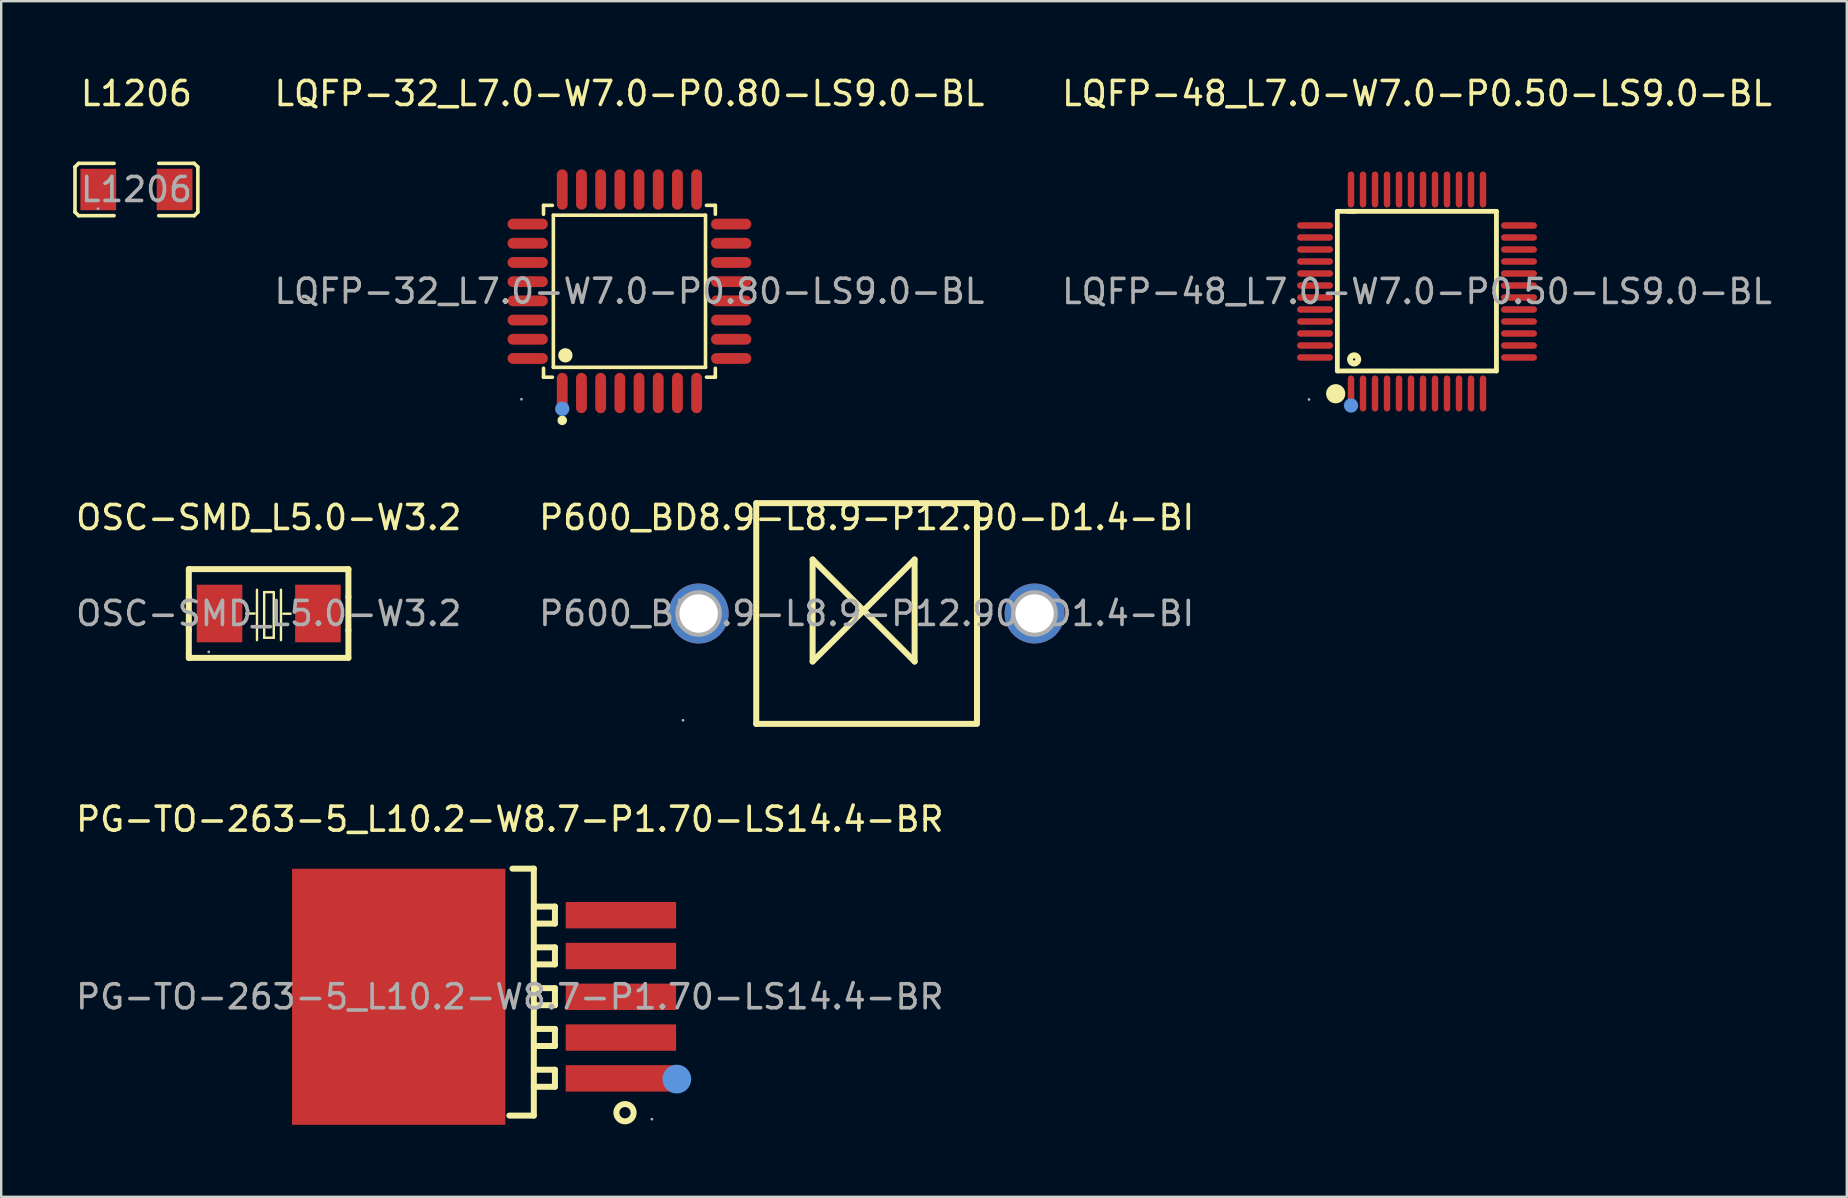
<source format=kicad_pcb>
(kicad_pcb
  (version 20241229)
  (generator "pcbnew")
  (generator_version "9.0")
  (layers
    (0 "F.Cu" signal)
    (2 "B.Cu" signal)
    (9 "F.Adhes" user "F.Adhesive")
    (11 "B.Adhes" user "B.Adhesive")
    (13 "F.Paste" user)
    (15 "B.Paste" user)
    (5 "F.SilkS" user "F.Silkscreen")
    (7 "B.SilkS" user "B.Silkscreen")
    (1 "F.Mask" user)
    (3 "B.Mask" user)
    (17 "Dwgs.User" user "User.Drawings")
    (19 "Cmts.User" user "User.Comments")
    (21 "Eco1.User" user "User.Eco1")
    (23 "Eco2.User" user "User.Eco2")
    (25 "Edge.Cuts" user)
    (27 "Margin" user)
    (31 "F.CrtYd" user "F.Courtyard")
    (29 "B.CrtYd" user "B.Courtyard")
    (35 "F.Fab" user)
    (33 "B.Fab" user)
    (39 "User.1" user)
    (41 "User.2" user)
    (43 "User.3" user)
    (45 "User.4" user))
  (footprint "PG-TO-263-5_L10.2-W8.7-P1.70-LS14.4-BR"
    (layer "F.Cu")
    (at 18.196 38.49)
    (property "Reference" "PG-TO-263-5_L10.2-W8.7-P1.70-LS14.4-BR" (at 0 -7.4 0) (layer "F.SilkS") (effects (font (size 1 1) (thickness 0.15))))
    (attr smd)
    (fp_line (start 0.11 -5.34) (end 1 -5.34) (stroke (width 0.25) (type solid)) (layer "F.SilkS"))
    (fp_line (start 1 -5.34) (end 1 4.95) (stroke (width 0.25) (type solid)) (layer "F.SilkS"))
    (fp_line (start 1 -3.76) (end 1.88 -3.76) (stroke (width 0.25) (type solid)) (layer "F.SilkS"))
    (fp_line (start 1 -2.06) (end 1.88 -2.06) (stroke (width 0.25) (type solid)) (layer "F.SilkS"))
    (fp_line (start 1 -0.36) (end 1.88 -0.36) (stroke (width 0.25) (type solid)) (layer "F.SilkS"))
    (fp_line (start 1 1.34) (end 1.88 1.34) (stroke (width 0.25) (type solid)) (layer "F.SilkS"))
    (fp_line (start 1 3.04) (end 1.88 3.04) (stroke (width 0.25) (type solid)) (layer "F.SilkS"))
    (fp_line (start 1 4.95) (end -0.02 4.95) (stroke (width 0.25) (type solid)) (layer "F.SilkS"))
    (fp_line (start 1.88 -3.76) (end 1.88 -3.05) (stroke (width 0.25) (type solid)) (layer "F.SilkS"))
    (fp_line (start 1.88 -3.05) (end 1 -3.05) (stroke (width 0.25) (type solid)) (layer "F.SilkS"))
    (fp_line (start 1.88 -2.06) (end 1.88 -1.35) (stroke (width 0.25) (type solid)) (layer "F.SilkS"))
    (fp_line (start 1.88 -1.35) (end 1 -1.35) (stroke (width 0.25) (type solid)) (layer "F.SilkS"))
    (fp_line (start 1.88 -0.36) (end 1.88 0.35) (stroke (width 0.25) (type solid)) (layer "F.SilkS"))
    (fp_line (start 1.88 0.35) (end 1 0.35) (stroke (width 0.25) (type solid)) (layer "F.SilkS"))
    (fp_line (start 1.88 1.34) (end 1.88 2.05) (stroke (width 0.25) (type solid)) (layer "F.SilkS"))
    (fp_line (start 1.88 2.05) (end 1 2.05) (stroke (width 0.25) (type solid)) (layer "F.SilkS"))
    (fp_line (start 1.88 3.04) (end 1.88 3.75) (stroke (width 0.25) (type solid)) (layer "F.SilkS"))
    (fp_line (start 1.88 3.75) (end 1 3.75) (stroke (width 0.25) (type solid)) (layer "F.SilkS"))
    (fp_circle (center 4.8 4.83) (end 5.16 4.83) (stroke (width 0.25) (type solid)) (fill no) (layer "F.SilkS"))
    (fp_circle (center 6.96 3.43) (end 7.26 3.43) (stroke (width 0.6) (type solid)) (fill no) (layer "Cmts.User"))
    (fp_circle (center 5.92 5.1) (end 5.95 5.1) (stroke (width 0.06) (type solid)) (fill no) (layer "F.Fab"))
    (fp_text user "${REFERENCE}" (at 0 0 0) (layer "F.Fab") (effects (font (size 1 1) (thickness 0.15))))
    (pad "1" smd rect (at 4.63 3.4) (size 4.6 1.1) (layers "F.Cu" "F.Mask" "F.Paste"))
    (pad "2" smd rect (at 4.63 1.7) (size 4.6 1.1) (layers "F.Cu" "F.Mask" "F.Paste"))
    (pad "3" smd rect (at 4.63 0) (size 4.6 1.1) (layers "F.Cu" "F.Mask" "F.Paste"))
    (pad "4" smd rect (at 4.63 -1.7) (size 4.6 1.1) (layers "F.Cu" "F.Mask" "F.Paste"))
    (pad "5" smd rect (at 4.63 -3.4) (size 4.6 1.1) (layers "F.Cu" "F.Mask" "F.Paste"))
    (pad "6" smd rect (at -4.63 0) (size 8.89 10.67) (layers "F.Cu" "F.Mask" "F.Paste")))
  (footprint "LQFP-32_L7.0-W7.0-P0.80-LS9.0-BL"
    (layer "F.Cu")
    (at 23.181 9.088)
    (property "Reference" "LQFP-32_L7.0-W7.0-P0.80-LS9.0-BL" (at 0 -8.24 0) (layer "F.SilkS") (effects (font (size 1 1) (thickness 0.15))))
    (attr smd)
    (fp_line (start -3.58 -3.58) (end -3.21 -3.58) (stroke (width 0.15) (type solid)) (layer "F.SilkS"))
    (fp_line (start -3.58 -3.21) (end -3.58 -3.58) (stroke (width 0.15) (type solid)) (layer "F.SilkS"))
    (fp_line (start -3.58 3.21) (end -3.58 3.58) (stroke (width 0.15) (type solid)) (layer "F.SilkS"))
    (fp_line (start -3.58 3.58) (end -3.21 3.58) (stroke (width 0.15) (type solid)) (layer "F.SilkS"))
    (fp_line (start -3.17 -3.17) (end 3.17 -3.17) (stroke (width 0.15) (type solid)) (layer "F.SilkS"))
    (fp_line (start -3.17 3.17) (end -3.17 -3.17) (stroke (width 0.15) (type solid)) (layer "F.SilkS"))
    (fp_line (start 3.17 -3.17) (end 3.17 3.17) (stroke (width 0.15) (type solid)) (layer "F.SilkS"))
    (fp_line (start 3.17 3.17) (end -3.17 3.17) (stroke (width 0.15) (type solid)) (layer "F.SilkS"))
    (fp_line (start 3.58 -3.58) (end 3.21 -3.58) (stroke (width 0.15) (type solid)) (layer "F.SilkS"))
    (fp_line (start 3.58 -3.21) (end 3.58 -3.58) (stroke (width 0.15) (type solid)) (layer "F.SilkS"))
    (fp_line (start 3.58 3.21) (end 3.58 3.58) (stroke (width 0.15) (type solid)) (layer "F.SilkS"))
    (fp_line (start 3.58 3.58) (end 3.21 3.58) (stroke (width 0.15) (type solid)) (layer "F.SilkS"))
    (fp_circle (center -2.8 5.38) (end -2.7 5.38) (stroke (width 0.2) (type solid)) (fill no) (layer "F.SilkS"))
    (fp_circle (center -2.67 2.67) (end -2.52 2.67) (stroke (width 0.3) (type solid)) (fill no) (layer "F.SilkS"))
    (fp_circle (center -2.8 4.9) (end -2.65 4.9) (stroke (width 0.3) (type solid)) (fill no) (layer "Cmts.User"))
    (fp_circle (center -4.5 4.5) (end -4.47 4.5) (stroke (width 0.06) (type solid)) (fill no) (layer "F.Fab"))
    (fp_text user "${REFERENCE}" (at 0 0 0) (layer "F.Fab") (effects (font (size 1 1) (thickness 0.15))))
    (pad "1" smd oval (at -2.8 4.24) (size 0.45 1.68) (layers "F.Cu" "F.Mask" "F.Paste"))
    (pad "2" smd oval (at -2 4.24) (size 0.45 1.68) (layers "F.Cu" "F.Mask" "F.Paste"))
    (pad "3" smd oval (at -1.2 4.24) (size 0.45 1.68) (layers "F.Cu" "F.Mask" "F.Paste"))
    (pad "4" smd oval (at -0.4 4.24) (size 0.45 1.68) (layers "F.Cu" "F.Mask" "F.Paste"))
    (pad "5" smd oval (at 0.4 4.24) (size 0.45 1.68) (layers "F.Cu" "F.Mask" "F.Paste"))
    (pad "6" smd oval (at 1.2 4.24) (size 0.45 1.68) (layers "F.Cu" "F.Mask" "F.Paste"))
    (pad "7" smd oval (at 2 4.24) (size 0.45 1.68) (layers "F.Cu" "F.Mask" "F.Paste"))
    (pad "8" smd oval (at 2.8 4.24) (size 0.45 1.68) (layers "F.Cu" "F.Mask" "F.Paste"))
    (pad "9" smd oval (at 4.24 2.8) (size 1.68 0.45) (layers "F.Cu" "F.Mask" "F.Paste"))
    (pad "10" smd oval (at 4.24 2) (size 1.68 0.45) (layers "F.Cu" "F.Mask" "F.Paste"))
    (pad "11" smd oval (at 4.24 1.2) (size 1.68 0.45) (layers "F.Cu" "F.Mask" "F.Paste"))
    (pad "12" smd oval (at 4.24 0.4) (size 1.68 0.45) (layers "F.Cu" "F.Mask" "F.Paste"))
    (pad "13" smd oval (at 4.24 -0.4) (size 1.68 0.45) (layers "F.Cu" "F.Mask" "F.Paste"))
    (pad "14" smd oval (at 4.24 -1.2) (size 1.68 0.45) (layers "F.Cu" "F.Mask" "F.Paste"))
    (pad "15" smd oval (at 4.24 -2) (size 1.68 0.45) (layers "F.Cu" "F.Mask" "F.Paste"))
    (pad "16" smd oval (at 4.24 -2.8) (size 1.68 0.45) (layers "F.Cu" "F.Mask" "F.Paste"))
    (pad "17" smd oval (at 2.8 -4.24) (size 0.45 1.68) (layers "F.Cu" "F.Mask" "F.Paste"))
    (pad "18" smd oval (at 2 -4.24) (size 0.45 1.68) (layers "F.Cu" "F.Mask" "F.Paste"))
    (pad "19" smd oval (at 1.2 -4.24) (size 0.45 1.68) (layers "F.Cu" "F.Mask" "F.Paste"))
    (pad "20" smd oval (at 0.4 -4.24) (size 0.45 1.68) (layers "F.Cu" "F.Mask" "F.Paste"))
    (pad "21" smd oval (at -0.4 -4.24) (size 0.45 1.68) (layers "F.Cu" "F.Mask" "F.Paste"))
    (pad "22" smd oval (at -1.2 -4.24) (size 0.45 1.68) (layers "F.Cu" "F.Mask" "F.Paste"))
    (pad "23" smd oval (at -2 -4.24) (size 0.45 1.68) (layers "F.Cu" "F.Mask" "F.Paste"))
    (pad "24" smd oval (at -2.8 -4.24) (size 0.45 1.68) (layers "F.Cu" "F.Mask" "F.Paste"))
    (pad "25" smd oval (at -4.24 -2.8) (size 1.68 0.45) (layers "F.Cu" "F.Mask" "F.Paste"))
    (pad "26" smd oval (at -4.24 -2) (size 1.68 0.45) (layers "F.Cu" "F.Mask" "F.Paste"))
    (pad "27" smd oval (at -4.24 -1.2) (size 1.68 0.45) (layers "F.Cu" "F.Mask" "F.Paste"))
    (pad "28" smd oval (at -4.24 -0.4) (size 1.68 0.45) (layers "F.Cu" "F.Mask" "F.Paste"))
    (pad "29" smd oval (at -4.24 0.4) (size 1.68 0.45) (layers "F.Cu" "F.Mask" "F.Paste"))
    (pad "30" smd oval (at -4.24 1.2) (size 1.68 0.45) (layers "F.Cu" "F.Mask" "F.Paste"))
    (pad "31" smd oval (at -4.24 2) (size 1.68 0.45) (layers "F.Cu" "F.Mask" "F.Paste"))
    (pad "32" smd oval (at -4.24 2.8) (size 1.68 0.45) (layers "F.Cu" "F.Mask" "F.Paste")))
  (footprint "L1206"
    (layer "F.Cu")
    (at 2.635 4.848)
    (property "Reference" "L1206" (at 0 -4 0) (layer "F.SilkS") (effects (font (size 1 1) (thickness 0.15))))
    (attr smd)
    (fp_line (start -2.56 -0.94) (end -2.41 -1.09) (stroke (width 0.15) (type solid)) (layer "F.SilkS"))
    (fp_line (start -2.56 0.94) (end -2.56 -0.94) (stroke (width 0.15) (type solid)) (layer "F.SilkS"))
    (fp_line (start -2.41 -1.09) (end -0.93 -1.09) (stroke (width 0.15) (type solid)) (layer "F.SilkS"))
    (fp_line (start -2.41 1.09) (end -2.56 0.94) (stroke (width 0.15) (type solid)) (layer "F.SilkS"))
    (fp_line (start -0.93 1.09) (end -2.41 1.09) (stroke (width 0.15) (type solid)) (layer "F.SilkS"))
    (fp_line (start 0.93 1.09) (end 2.41 1.09) (stroke (width 0.15) (type solid)) (layer "F.SilkS"))
    (fp_line (start 2.41 -1.09) (end 0.93 -1.09) (stroke (width 0.15) (type solid)) (layer "F.SilkS"))
    (fp_line (start 2.41 1.09) (end 2.56 0.94) (stroke (width 0.15) (type solid)) (layer "F.SilkS"))
    (fp_line (start 2.56 -0.94) (end 2.41 -1.09) (stroke (width 0.15) (type solid)) (layer "F.SilkS"))
    (fp_line (start 2.56 0.94) (end 2.56 -0.94) (stroke (width 0.15) (type solid)) (layer "F.SilkS"))
    (fp_circle (center -1.6 0.8) (end -1.57 0.8) (stroke (width 0.06) (type solid)) (fill no) (layer "F.Fab"))
    (fp_text user "${REFERENCE}" (at 0 0 0) (layer "F.Fab") (effects (font (size 1 1) (thickness 0.15))))
    (pad "1" smd rect (at -1.59 0) (size 1.49 1.73) (layers "F.Cu" "F.Mask" "F.Paste"))
    (pad "2" smd rect (at 1.59 0) (size 1.49 1.73) (layers "F.Cu" "F.Mask" "F.Paste")))
  (footprint "OSC-SMD_L5.0-W3.2"
    (layer "F.Cu")
    (at 8.149 22.517)
    (property "Reference" "OSC-SMD_L5.0-W3.2" (at 0 -4 0) (layer "F.SilkS") (effects (font (size 1 1) (thickness 0.15))))
    (attr smd)
    (fp_line (start -3.33 -1.85) (end 3.32 -1.85) (stroke (width 0.25) (type solid)) (layer "F.SilkS"))
    (fp_line (start -3.33 -0.7) (end -3.33 -1.85) (stroke (width 0.25) (type solid)) (layer "F.SilkS"))
    (fp_line (start -3.33 0.7) (end -3.33 -0.7) (stroke (width 0.25) (type solid)) (layer "F.SilkS"))
    (fp_line (start -3.33 1.85) (end -3.33 0.7) (stroke (width 0.25) (type solid)) (layer "F.SilkS"))
    (fp_line (start -0.94 0) (end -0.59 0) (stroke (width 0.1) (type solid)) (layer "F.SilkS"))
    (fp_line (start -0.49 -0.99) (end -0.49 1.11) (stroke (width 0.1) (type solid)) (layer "F.SilkS"))
    (fp_line (start -0.19 -0.89) (end -0.19 1.01) (stroke (width 0.1) (type solid)) (layer "F.SilkS"))
    (fp_line (start -0.19 1.01) (end 0.21 1.01) (stroke (width 0.1) (type solid)) (layer "F.SilkS"))
    (fp_line (start 0.21 -0.89) (end -0.19 -0.89) (stroke (width 0.1) (type solid)) (layer "F.SilkS"))
    (fp_line (start 0.21 1.01) (end 0.21 -0.89) (stroke (width 0.1) (type solid)) (layer "F.SilkS"))
    (fp_line (start 0.51 -0.99) (end 0.51 1.11) (stroke (width 0.1) (type solid)) (layer "F.SilkS"))
    (fp_line (start 0.61 0.01) (end 0.91 0.01) (stroke (width 0.1) (type solid)) (layer "F.SilkS"))
    (fp_line (start 3.32 -1.85) (end 3.32 -0.7) (stroke (width 0.25) (type solid)) (layer "F.SilkS"))
    (fp_line (start 3.32 -0.7) (end 3.32 0.7) (stroke (width 0.25) (type solid)) (layer "F.SilkS"))
    (fp_line (start 3.32 0.7) (end 3.32 1.85) (stroke (width 0.25) (type solid)) (layer "F.SilkS"))
    (fp_line (start 3.32 1.85) (end -3.33 1.85) (stroke (width 0.25) (type solid)) (layer "F.SilkS"))
    (fp_circle (center -2.5 1.6) (end -2.47 1.6) (stroke (width 0.06) (type solid)) (fill no) (layer "F.Fab"))
    (fp_text user "${REFERENCE}" (at 0 0 0) (layer "F.Fab") (effects (font (size 1 1) (thickness 0.15))))
    (pad "1" smd rect (at -2.05 0) (size 1.9 2.4) (layers "F.Cu" "F.Mask" "F.Paste"))
    (pad "2" smd rect (at 2.05 0) (size 1.9 2.4) (layers "F.Cu" "F.Mask" "F.Paste")))
  (footprint "P600_BD8.9-L8.9-P12.90-D1.4-BI"
    (layer "F.Cu")
    (at 33.065 22.517)
    (property "Reference" "P600_BD8.9-L8.9-P12.90-D1.4-BI" (at 0 -4 0) (layer "F.SilkS") (effects (font (size 1 1) (thickness 0.15))))
    (attr smd)
    (fp_line (start -4.6 -4.6) (end -4.6 4.6) (stroke (width 0.25) (type solid)) (layer "F.SilkS"))
    (fp_line (start -4.6 -4.6) (end 4.6 -4.6) (stroke (width 0.25) (type solid)) (layer "F.SilkS"))
    (fp_line (start -4.6 4.6) (end 4.6 4.6) (stroke (width 0.25) (type solid)) (layer "F.SilkS"))
    (fp_line (start -2.25 -2.25) (end -2.25 2) (stroke (width 0.25) (type solid)) (layer "F.SilkS"))
    (fp_line (start -2.25 2) (end 2 -2.25) (stroke (width 0.25) (type solid)) (layer "F.SilkS"))
    (fp_line (start 2 -2.25) (end 2 2) (stroke (width 0.25) (type solid)) (layer "F.SilkS"))
    (fp_line (start 2 2) (end -2.25 -2.25) (stroke (width 0.25) (type solid)) (layer "F.SilkS"))
    (fp_line (start 4.6 -4.6) (end 4.6 4.5) (stroke (width 0.25) (type solid)) (layer "F.SilkS"))
    (fp_circle (center -7.65 4.45) (end -7.62 4.45) (stroke (width 0.06) (type solid)) (fill no) (layer "F.Fab"))
    (fp_circle (center -7 0) (end -6.68 0) (stroke (width 0.65) (type solid)) (fill no) (layer "F.Fab"))
    (fp_circle (center 7 0) (end 7.32 0) (stroke (width 0.65) (type solid)) (fill no) (layer "F.Fab"))
    (fp_text user "${REFERENCE}" (at 0 0 0) (layer "F.Fab") (effects (font (size 1 1) (thickness 0.15))))
    (pad "1" thru_hole circle (at -7 0) (size 2.5 2.5) (drill 1.6) (layers "*.Cu" "*.Mask"))
    (pad "2" thru_hole circle (at 7 0) (size 2.5 2.5) (drill 1.6) (layers "*.Cu" "*.Mask")))
  (footprint "LQFP-48_L7.0-W7.0-P0.50-LS9.0-BL"
    (layer "F.Cu")
    (at 56.002 9.098)
    (property "Reference" "LQFP-48_L7.0-W7.0-P0.50-LS9.0-BL" (at 0 -8.25 0) (layer "F.SilkS") (effects (font (size 1 1) (thickness 0.15))))
    (attr smd)
    (fp_line (start -3.32 -3.34) (end -2.56 -3.34) (stroke (width 0.2) (type solid)) (layer "F.SilkS"))
    (fp_line (start -3.32 3.31) (end -3.32 -3.34) (stroke (width 0.2) (type solid)) (layer "F.SilkS"))
    (fp_line (start -2.89 -3.34) (end 3.31 -3.34) (stroke (width 0.2) (type solid)) (layer "F.SilkS"))
    (fp_line (start 3.31 -3.34) (end 3.31 3.31) (stroke (width 0.2) (type solid)) (layer "F.SilkS"))
    (fp_line (start 3.31 3.31) (end -3.32 3.31) (stroke (width 0.2) (type solid)) (layer "F.SilkS"))
    (fp_arc (start -3.38 4.06) (mid -3.394988 4.460188) (end -3.390027 4.05975) (stroke (width 0.4) (type solid)) (layer "F.SilkS"))
    (fp_circle (center -2.62 2.83) (end -2.45 2.83) (stroke (width 0.25) (type solid)) (fill no) (layer "F.SilkS"))
    (fp_circle (center -2.75 4.75) (end -2.6 4.75) (stroke (width 0.3) (type solid)) (fill no) (layer "Cmts.User"))
    (fp_circle (center -4.5 4.5) (end -4.47 4.5) (stroke (width 0.06) (type solid)) (fill no) (layer "F.Fab"))
    (fp_text user "${REFERENCE}" (at 0 0 0) (layer "F.Fab") (effects (font (size 1 1) (thickness 0.15))))
    (pad "1" smd oval (at -2.75 4.25) (size 0.27 1.5) (layers "F.Cu" "F.Mask" "F.Paste"))
    (pad "2" smd oval (at -2.25 4.25) (size 0.27 1.5) (layers "F.Cu" "F.Mask" "F.Paste"))
    (pad "3" smd oval (at -1.75 4.25) (size 0.27 1.5) (layers "F.Cu" "F.Mask" "F.Paste"))
    (pad "4" smd oval (at -1.25 4.25) (size 0.27 1.5) (layers "F.Cu" "F.Mask" "F.Paste"))
    (pad "5" smd oval (at -0.75 4.25) (size 0.27 1.5) (layers "F.Cu" "F.Mask" "F.Paste"))
    (pad "6" smd oval (at -0.25 4.25) (size 0.27 1.5) (layers "F.Cu" "F.Mask" "F.Paste"))
    (pad "7" smd oval (at 0.25 4.25) (size 0.27 1.5) (layers "F.Cu" "F.Mask" "F.Paste"))
    (pad "8" smd oval (at 0.75 4.25) (size 0.27 1.5) (layers "F.Cu" "F.Mask" "F.Paste"))
    (pad "9" smd oval (at 1.25 4.25) (size 0.27 1.5) (layers "F.Cu" "F.Mask" "F.Paste"))
    (pad "10" smd oval (at 1.75 4.25) (size 0.27 1.5) (layers "F.Cu" "F.Mask" "F.Paste"))
    (pad "11" smd oval (at 2.25 4.25) (size 0.27 1.5) (layers "F.Cu" "F.Mask" "F.Paste"))
    (pad "12" smd oval (at 2.75 4.25) (size 0.27 1.5) (layers "F.Cu" "F.Mask" "F.Paste"))
    (pad "13" smd oval (at 4.25 2.75) (size 1.5 0.27) (layers "F.Cu" "F.Mask" "F.Paste"))
    (pad "14" smd oval (at 4.25 2.25) (size 1.5 0.27) (layers "F.Cu" "F.Mask" "F.Paste"))
    (pad "15" smd oval (at 4.25 1.75) (size 1.5 0.27) (layers "F.Cu" "F.Mask" "F.Paste"))
    (pad "16" smd oval (at 4.25 1.25) (size 1.5 0.27) (layers "F.Cu" "F.Mask" "F.Paste"))
    (pad "17" smd oval (at 4.25 0.75) (size 1.5 0.27) (layers "F.Cu" "F.Mask" "F.Paste"))
    (pad "18" smd oval (at 4.25 0.25) (size 1.5 0.27) (layers "F.Cu" "F.Mask" "F.Paste"))
    (pad "19" smd oval (at 4.25 -0.25) (size 1.5 0.27) (layers "F.Cu" "F.Mask" "F.Paste"))
    (pad "20" smd oval (at 4.25 -0.75) (size 1.5 0.27) (layers "F.Cu" "F.Mask" "F.Paste"))
    (pad "21" smd oval (at 4.25 -1.25) (size 1.5 0.27) (layers "F.Cu" "F.Mask" "F.Paste"))
    (pad "22" smd oval (at 4.25 -1.75) (size 1.5 0.27) (layers "F.Cu" "F.Mask" "F.Paste"))
    (pad "23" smd oval (at 4.25 -2.25) (size 1.5 0.27) (layers "F.Cu" "F.Mask" "F.Paste"))
    (pad "24" smd oval (at 4.25 -2.75) (size 1.5 0.27) (layers "F.Cu" "F.Mask" "F.Paste"))
    (pad "25" smd oval (at 2.75 -4.25) (size 0.27 1.5) (layers "F.Cu" "F.Mask" "F.Paste"))
    (pad "26" smd oval (at 2.25 -4.25) (size 0.27 1.5) (layers "F.Cu" "F.Mask" "F.Paste"))
    (pad "27" smd oval (at 1.75 -4.25) (size 0.27 1.5) (layers "F.Cu" "F.Mask" "F.Paste"))
    (pad "28" smd oval (at 1.25 -4.25) (size 0.27 1.5) (layers "F.Cu" "F.Mask" "F.Paste"))
    (pad "29" smd oval (at 0.75 -4.25) (size 0.27 1.5) (layers "F.Cu" "F.Mask" "F.Paste"))
    (pad "30" smd oval (at 0.25 -4.25) (size 0.27 1.5) (layers "F.Cu" "F.Mask" "F.Paste"))
    (pad "31" smd oval (at -0.25 -4.25) (size 0.27 1.5) (layers "F.Cu" "F.Mask" "F.Paste"))
    (pad "32" smd oval (at -0.75 -4.25) (size 0.27 1.5) (layers "F.Cu" "F.Mask" "F.Paste"))
    (pad "33" smd oval (at -1.25 -4.25) (size 0.27 1.5) (layers "F.Cu" "F.Mask" "F.Paste"))
    (pad "34" smd oval (at -1.75 -4.25) (size 0.27 1.5) (layers "F.Cu" "F.Mask" "F.Paste"))
    (pad "35" smd oval (at -2.25 -4.25) (size 0.27 1.5) (layers "F.Cu" "F.Mask" "F.Paste"))
    (pad "36" smd oval (at -2.75 -4.25) (size 0.27 1.5) (layers "F.Cu" "F.Mask" "F.Paste"))
    (pad "37" smd oval (at -4.25 -2.75) (size 1.5 0.27) (layers "F.Cu" "F.Mask" "F.Paste"))
    (pad "38" smd oval (at -4.25 -2.25) (size 1.5 0.27) (layers "F.Cu" "F.Mask" "F.Paste"))
    (pad "39" smd oval (at -4.25 -1.75) (size 1.5 0.27) (layers "F.Cu" "F.Mask" "F.Paste"))
    (pad "40" smd oval (at -4.25 -1.25) (size 1.5 0.27) (layers "F.Cu" "F.Mask" "F.Paste"))
    (pad "41" smd oval (at -4.25 -0.75) (size 1.5 0.27) (layers "F.Cu" "F.Mask" "F.Paste"))
    (pad "42" smd oval (at -4.25 -0.25) (size 1.5 0.27) (layers "F.Cu" "F.Mask" "F.Paste"))
    (pad "43" smd oval (at -4.25 0.25) (size 1.5 0.27) (layers "F.Cu" "F.Mask" "F.Paste"))
    (pad "44" smd oval (at -4.25 0.75) (size 1.5 0.27) (layers "F.Cu" "F.Mask" "F.Paste"))
    (pad "45" smd oval (at -4.25 1.25) (size 1.5 0.27) (layers "F.Cu" "F.Mask" "F.Paste"))
    (pad "46" smd oval (at -4.25 1.75) (size 1.5 0.27) (layers "F.Cu" "F.Mask" "F.Paste"))
    (pad "47" smd oval (at -4.25 2.25) (size 1.5 0.27) (layers "F.Cu" "F.Mask" "F.Paste"))
    (pad "48" smd oval (at -4.25 2.75) (size 1.5 0.27) (layers "F.Cu" "F.Mask" "F.Paste")))
  (gr_rect
    (start -3 -3)
    (end 73.913 46.825)
    (stroke (width 0.1) (type default))
    (fill no)
    (layer "Edge.Cuts")))
</source>
